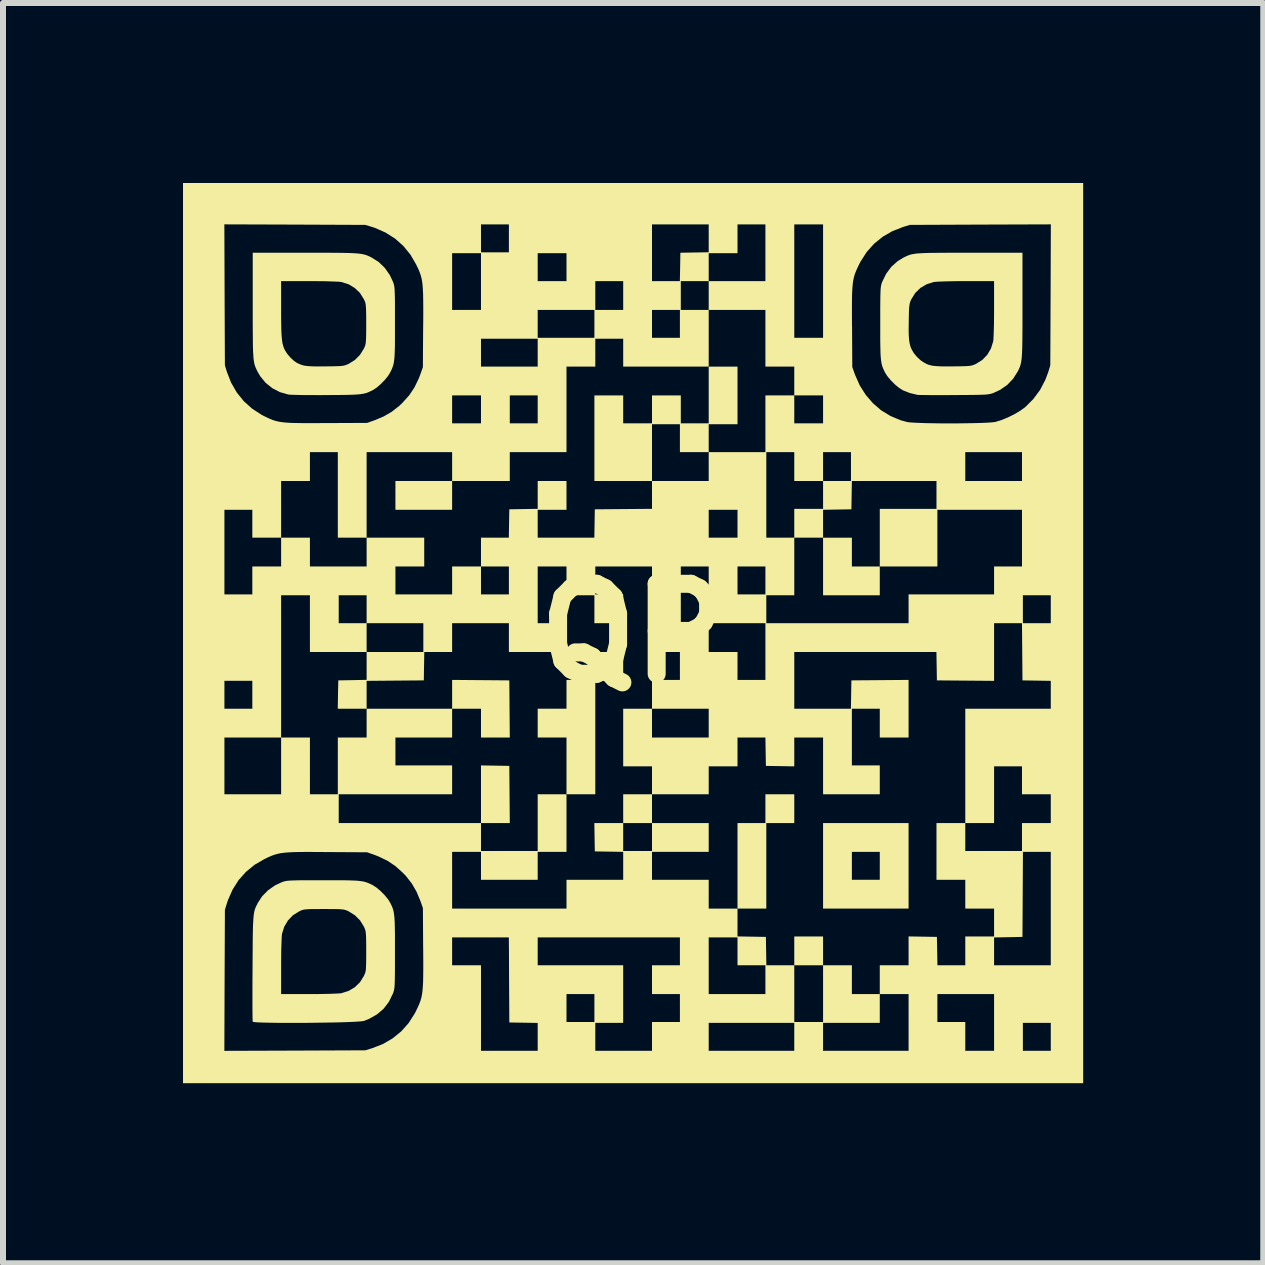
<source format=kicad_pcb>
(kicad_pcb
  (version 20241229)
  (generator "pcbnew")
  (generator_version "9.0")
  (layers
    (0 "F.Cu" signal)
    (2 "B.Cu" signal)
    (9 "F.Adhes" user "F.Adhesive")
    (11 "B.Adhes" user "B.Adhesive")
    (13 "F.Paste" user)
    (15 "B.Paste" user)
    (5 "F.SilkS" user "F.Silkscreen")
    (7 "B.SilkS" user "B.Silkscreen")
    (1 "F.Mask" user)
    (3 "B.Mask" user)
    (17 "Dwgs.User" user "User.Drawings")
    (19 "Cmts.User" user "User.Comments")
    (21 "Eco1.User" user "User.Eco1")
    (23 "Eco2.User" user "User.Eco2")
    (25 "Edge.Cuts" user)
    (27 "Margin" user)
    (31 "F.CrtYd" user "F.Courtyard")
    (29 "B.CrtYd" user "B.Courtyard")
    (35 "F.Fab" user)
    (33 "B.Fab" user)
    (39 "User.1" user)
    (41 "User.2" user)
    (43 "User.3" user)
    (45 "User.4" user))
  (footprint "QR"
    (layer "F.Cu")
    (at 7.501 7.501)
    (property "Reference" "QR" (at 0 0 0) (layer "F.SilkS") (effects (font (size 1.5 1.5) (thickness 0.3))))
    (attr board_only exclude_from_pos_files exclude_from_bom)
    (fp_poly (pts (xy -3.016 -2.295) (xy -3.016 -2.055) (xy -3.488 -2.055) (xy -3.961 -2.055) (xy -3.961 -2.295) (xy -3.961 -2.535) (xy -3.488 -2.535) (xy -3.016 -2.535)) (stroke (width 0) (type solid)) (fill yes) (layer "F.SilkS"))
    (fp_poly (pts (xy -2.299 2.209) (xy -2.063 2.213) (xy -2.059 2.689) (xy -2.055 3.166) (xy -2.295 3.166) (xy -2.535 3.166) (xy -2.535 2.685) (xy -2.535 2.205)) (stroke (width 0) (type solid)) (fill yes) (layer "F.SilkS"))
    (fp_poly (pts (xy 0.315 2.926) (xy 0.315 3.166) (xy 0.075 3.166) (xy -0.165 3.166) (xy -0.165 2.926) (xy -0.165 2.686) (xy 0.075 2.686) (xy 0.315 2.686)) (stroke (width 0) (type solid)) (fill yes) (layer "F.SilkS"))
    (fp_poly (pts (xy 3.166 5.296) (xy 3.166 5.536) (xy 2.926 5.536) (xy 2.686 5.536) (xy 2.686 5.296) (xy 2.686 5.056) (xy 2.926 5.056) (xy 3.166 5.056)) (stroke (width 0) (type solid)) (fill yes) (layer "F.SilkS"))
    (fp_poly (pts (xy -2.539 0.784) (xy -2.063 0.788) (xy -2.059 1.264) (xy -2.055 1.74) (xy -2.295 1.74) (xy -2.535 1.74) (xy -2.535 1.5) (xy -2.535 1.26) (xy -2.776 1.26) (xy -3.016 1.26) (xy -3.016 1.02) (xy -3.016 0.78)) (stroke (width 0) (type solid)) (fill yes) (layer "F.SilkS"))
    (fp_poly (pts (xy 3.646 -1.35) (xy 3.646 -1.11) (xy 3.878 -1.11) (xy 4.111 -1.11) (xy 4.111 -0.87) (xy 4.111 -0.63) (xy 3.638 -0.63) (xy 3.166 -0.63) (xy 3.166 -1.11) (xy 3.166 -1.59) (xy 3.406 -1.59) (xy 3.646 -1.59)) (stroke (width 0) (type solid)) (fill yes) (layer "F.SilkS"))
    (fp_poly (pts (xy 2.686 2.926) (xy 2.686 3.166) (xy 2.453 3.166) (xy 2.22 3.166) (xy 2.22 3.878) (xy 2.22 4.591) (xy 1.98 4.591) (xy 1.74 4.591) (xy 1.74 3.878) (xy 1.74 3.166) (xy 1.973 3.166) (xy 2.205 3.166) (xy 2.205 2.926) (xy 2.205 2.686) (xy 2.445 2.686) (xy 2.686 2.686)) (stroke (width 0) (type solid)) (fill yes) (layer "F.SilkS"))
    (fp_poly (pts (xy 4.591 3.878) (xy 4.591 4.591) (xy 3.878 4.591) (xy 3.166 4.591) (xy 3.166 3.878) (xy 3.646 3.878) (xy 3.646 4.111) (xy 3.878 4.111) (xy 4.111 4.111) (xy 4.111 3.878) (xy 4.111 3.646) (xy 3.878 3.646) (xy 3.646 3.646) (xy 3.646 3.878) (xy 3.166 3.878) (xy 3.166 3.166) (xy 3.878 3.166) (xy 4.591 3.166)) (stroke (width 0) (type solid)) (fill yes) (layer "F.SilkS"))
    (fp_poly (pts (xy -0.165 0.555) (xy -0.165 0.795) (xy -0.398 0.795) (xy -0.63 0.795) (xy -0.63 1.74) (xy -0.63 2.686) (xy -0.87 2.686) (xy -1.11 2.686) (xy -1.11 2.213) (xy -1.11 1.74) (xy -1.35 1.74) (xy -1.59 1.74) (xy -1.59 1.5) (xy -1.59 1.26) (xy -1.35 1.26) (xy -1.11 1.26) (xy -1.11 1.02) (xy -1.11 0.78) (xy -0.878 0.78) (xy -0.645 0.78) (xy -0.645 0.548) (xy -0.645 0.315) (xy -0.405 0.315) (xy -0.165 0.315)) (stroke (width 0) (type solid)) (fill yes) (layer "F.SilkS"))
    (fp_poly (pts (xy 1.74 -3.961) (xy 1.74 -3.481) (xy 1.5 -3.481) (xy 1.26 -3.481) (xy 1.26 -3.248) (xy 1.26 -3.016) (xy 1.02 -3.016) (xy 0.78 -3.016) (xy 0.78 -3.248) (xy 0.78 -3.481) (xy 0.548 -3.481) (xy 0.315 -3.481) (xy 0.315 -3.008) (xy 0.315 -2.535) (xy -0.165 -2.535) (xy -0.645 -2.535) (xy -0.645 -3.248) (xy -0.645 -3.961) (xy -0.405 -3.961) (xy -0.165 -3.961) (xy -0.165 -3.728) (xy -0.165 -3.496) (xy 0.075 -3.496) (xy 0.315 -3.496) (xy 0.315 -3.728) (xy 0.315 -3.961) (xy 0.555 -3.961) (xy 0.795 -3.961) (xy 0.795 -3.728) (xy 0.795 -3.496) (xy 1.028 -3.496) (xy 1.26 -3.496) (xy 1.26 -3.968) (xy 1.26 -4.441) (xy 1.5 -4.441) (xy 1.74 -4.441)) (stroke (width 0) (type solid)) (fill yes) (layer "F.SilkS"))
    (fp_poly (pts (xy 6.489 -5.461) (xy 6.489 -5.27) (xy 6.489 -5.106) (xy 6.488 -4.967) (xy 6.487 -4.85) (xy 6.485 -4.753) (xy 6.482 -4.674) (xy 6.478 -4.609) (xy 6.473 -4.556) (xy 6.466 -4.512) (xy 6.458 -4.476) (xy 6.448 -4.444) (xy 6.436 -4.414) (xy 6.422 -4.383) (xy 6.409 -4.358) (xy 6.334 -4.24) (xy 6.236 -4.137) (xy 6.117 -4.054) (xy 6.005 -4.002) (xy 5.981 -3.994) (xy 5.958 -3.987) (xy 5.93 -3.982) (xy 5.896 -3.977) (xy 5.851 -3.974) (xy 5.794 -3.972) (xy 5.719 -3.97) (xy 5.624 -3.969) (xy 5.507 -3.968) (xy 5.363 -3.967) (xy 5.349 -3.967) (xy 5.219 -3.966) (xy 5.098 -3.966) (xy 4.989 -3.966) (xy 4.895 -3.967) (xy 4.821 -3.968) (xy 4.768 -3.969) (xy 4.742 -3.97) (xy 4.741 -3.97) (xy 4.612 -4.001) (xy 4.496 -4.046) (xy 4.494 -4.048) (xy 4.429 -4.089) (xy 4.359 -4.148) (xy 4.291 -4.217) (xy 4.233 -4.287) (xy 4.198 -4.344) (xy 4.179 -4.383) (xy 4.163 -4.419) (xy 4.15 -4.456) (xy 4.14 -4.496) (xy 4.133 -4.543) (xy 4.127 -4.6) (xy 4.123 -4.671) (xy 4.121 -4.758) (xy 4.119 -4.865) (xy 4.119 -4.995) (xy 4.119 -5.063) (xy 4.592 -5.063) (xy 4.594 -4.964) (xy 4.6 -4.885) (xy 4.61 -4.821) (xy 4.625 -4.767) (xy 4.647 -4.719) (xy 4.676 -4.671) (xy 4.685 -4.657) (xy 4.729 -4.605) (xy 4.782 -4.555) (xy 4.807 -4.535) (xy 4.853 -4.506) (xy 4.896 -4.483) (xy 4.941 -4.467) (xy 4.994 -4.455) (xy 5.059 -4.449) (xy 5.142 -4.445) (xy 5.246 -4.445) (xy 5.326 -4.445) (xy 5.43 -4.446) (xy 5.509 -4.448) (xy 5.568 -4.45) (xy 5.612 -4.454) (xy 5.645 -4.46) (xy 5.673 -4.469) (xy 5.7 -4.48) (xy 5.716 -4.488) (xy 5.819 -4.552) (xy 5.903 -4.639) (xy 5.964 -4.743) (xy 6.001 -4.861) (xy 6.001 -4.861) (xy 6.005 -4.896) (xy 6.008 -4.956) (xy 6.011 -5.038) (xy 6.014 -5.136) (xy 6.015 -5.246) (xy 6.016 -5.363) (xy 6.016 -5.403) (xy 6.016 -5.866) (xy 5.553 -5.866) (xy 5.434 -5.866) (xy 5.321 -5.864) (xy 5.218 -5.862) (xy 5.131 -5.859) (xy 5.063 -5.856) (xy 5.019 -5.852) (xy 5.011 -5.851) (xy 4.893 -5.814) (xy 4.789 -5.753) (xy 4.702 -5.669) (xy 4.638 -5.566) (xy 4.638 -5.566) (xy 4.624 -5.536) (xy 4.614 -5.508) (xy 4.607 -5.477) (xy 4.602 -5.438) (xy 4.598 -5.386) (xy 4.596 -5.315) (xy 4.594 -5.22) (xy 4.594 -5.187) (xy 4.592 -5.063) (xy 4.119 -5.063) (xy 4.119 -5.152) (xy 4.119 -5.169) (xy 4.119 -5.319) (xy 4.119 -5.443) (xy 4.12 -5.542) (xy 4.121 -5.622) (xy 4.123 -5.684) (xy 4.125 -5.731) (xy 4.129 -5.768) (xy 4.134 -5.797) (xy 4.14 -5.82) (xy 4.147 -5.843) (xy 4.152 -5.855) (xy 4.217 -5.988) (xy 4.303 -6.104) (xy 4.409 -6.199) (xy 4.508 -6.259) (xy 4.541 -6.275) (xy 4.572 -6.289) (xy 4.602 -6.301) (xy 4.635 -6.311) (xy 4.673 -6.318) (xy 4.718 -6.325) (xy 4.774 -6.329) (xy 4.843 -6.333) (xy 4.927 -6.336) (xy 5.029 -6.337) (xy 5.151 -6.338) (xy 5.296 -6.339) (xy 5.467 -6.339) (xy 5.611 -6.339) (xy 6.489 -6.339)) (stroke (width 0) (type solid)) (fill yes) (layer "F.SilkS"))
    (fp_poly (pts (xy -5.27 -6.339) (xy -5.106 -6.339) (xy -4.967 -6.338) (xy -4.85 -6.337) (xy -4.753 -6.335) (xy -4.674 -6.332) (xy -4.609 -6.328) (xy -4.556 -6.323) (xy -4.512 -6.316) (xy -4.476 -6.308) (xy -4.444 -6.298) (xy -4.414 -6.286) (xy -4.383 -6.272) (xy -4.358 -6.259) (xy -4.239 -6.184) (xy -4.137 -6.085) (xy -4.054 -5.966) (xy -4.002 -5.855) (xy -3.993 -5.832) (xy -3.987 -5.81) (xy -3.981 -5.784) (xy -3.977 -5.752) (xy -3.974 -5.711) (xy -3.972 -5.657) (xy -3.97 -5.587) (xy -3.969 -5.499) (xy -3.969 -5.388) (xy -3.969 -5.252) (xy -3.969 -5.169) (xy -3.969 -5.009) (xy -3.969 -4.876) (xy -3.97 -4.767) (xy -3.973 -4.678) (xy -3.976 -4.606) (xy -3.982 -4.548) (xy -3.989 -4.5) (xy -3.999 -4.46) (xy -4.012 -4.423) (xy -4.027 -4.387) (xy -4.046 -4.348) (xy -4.048 -4.344) (xy -4.086 -4.283) (xy -4.141 -4.216) (xy -4.206 -4.15) (xy -4.272 -4.093) (xy -4.331 -4.053) (xy -4.334 -4.052) (xy -4.374 -4.032) (xy -4.41 -4.015) (xy -4.445 -4.002) (xy -4.483 -3.992) (xy -4.528 -3.984) (xy -4.582 -3.978) (xy -4.649 -3.974) (xy -4.733 -3.971) (xy -4.837 -3.969) (xy -4.964 -3.968) (xy -5.109 -3.967) (xy -5.239 -3.966) (xy -5.363 -3.967) (xy -5.476 -3.967) (xy -5.575 -3.969) (xy -5.655 -3.971) (xy -5.713 -3.973) (xy -5.745 -3.976) (xy -5.746 -3.976) (xy -5.886 -4.016) (xy -6.013 -4.082) (xy -6.123 -4.17) (xy -6.213 -4.279) (xy -6.259 -4.358) (xy -6.275 -4.391) (xy -6.289 -4.422) (xy -6.301 -4.452) (xy -6.311 -4.485) (xy -6.318 -4.523) (xy -6.325 -4.568) (xy -6.329 -4.624) (xy -6.333 -4.693) (xy -6.336 -4.777) (xy -6.337 -4.879) (xy -6.338 -5.001) (xy -6.339 -5.146) (xy -6.339 -5.317) (xy -6.339 -5.403) (xy -5.866 -5.403) (xy -5.866 -5.253) (xy -5.864 -5.129) (xy -5.862 -5.028) (xy -5.857 -4.947) (xy -5.851 -4.882) (xy -5.843 -4.829) (xy -5.831 -4.785) (xy -5.817 -4.746) (xy -5.804 -4.717) (xy -5.765 -4.655) (xy -5.712 -4.593) (xy -5.653 -4.538) (xy -5.604 -4.504) (xy -5.561 -4.484) (xy -5.52 -4.468) (xy -5.476 -4.457) (xy -5.422 -4.45) (xy -5.355 -4.446) (xy -5.269 -4.444) (xy -5.159 -4.445) (xy -5.131 -4.445) (xy -5.027 -4.446) (xy -4.948 -4.448) (xy -4.889 -4.45) (xy -4.845 -4.454) (xy -4.812 -4.46) (xy -4.784 -4.469) (xy -4.756 -4.48) (xy -4.739 -4.488) (xy -4.636 -4.552) (xy -4.551 -4.638) (xy -4.488 -4.739) (xy -4.475 -4.767) (xy -4.465 -4.793) (xy -4.458 -4.821) (xy -4.454 -4.855) (xy -4.451 -4.901) (xy -4.449 -4.963) (xy -4.448 -5.046) (xy -4.448 -5.153) (xy -4.448 -5.154) (xy -4.448 -5.261) (xy -4.449 -5.344) (xy -4.451 -5.406) (xy -4.454 -5.452) (xy -4.458 -5.486) (xy -4.465 -5.514) (xy -4.475 -5.539) (xy -4.488 -5.566) (xy -4.552 -5.669) (xy -4.639 -5.752) (xy -4.743 -5.814) (xy -4.861 -5.851) (xy -4.861 -5.851) (xy -4.896 -5.855) (xy -4.956 -5.858) (xy -5.038 -5.861) (xy -5.136 -5.864) (xy -5.246 -5.865) (xy -5.363 -5.866) (xy -5.403 -5.866) (xy -5.866 -5.866) (xy -5.866 -5.403) (xy -6.339 -5.403) (xy -6.339 -5.461) (xy -6.339 -6.339) (xy -5.461 -6.339)) (stroke (width 0) (type solid)) (fill yes) (layer "F.SilkS"))
    (fp_poly (pts (xy -5.009 4.119) (xy -4.876 4.119) (xy -4.767 4.12) (xy -4.678 4.123) (xy -4.606 4.126) (xy -4.548 4.132) (xy -4.5 4.139) (xy -4.46 4.149) (xy -4.423 4.162) (xy -4.387 4.177) (xy -4.348 4.196) (xy -4.344 4.198) (xy -4.279 4.239) (xy -4.209 4.298) (xy -4.141 4.367) (xy -4.083 4.437) (xy -4.048 4.494) (xy -4.029 4.533) (xy -4.013 4.569) (xy -4 4.606) (xy -3.99 4.646) (xy -3.983 4.693) (xy -3.977 4.75) (xy -3.973 4.821) (xy -3.971 4.908) (xy -3.969 5.015) (xy -3.969 5.145) (xy -3.969 5.302) (xy -3.969 5.319) (xy -3.969 5.469) (xy -3.969 5.593) (xy -3.97 5.692) (xy -3.971 5.772) (xy -3.973 5.834) (xy -3.975 5.881) (xy -3.979 5.918) (xy -3.984 5.947) (xy -3.99 5.97) (xy -3.997 5.993) (xy -4.002 6.005) (xy -4.068 6.142) (xy -4.156 6.258) (xy -4.266 6.353) (xy -4.398 6.428) (xy -4.484 6.463) (xy -4.514 6.468) (xy -4.569 6.473) (xy -4.647 6.478) (xy -4.743 6.482) (xy -4.856 6.486) (xy -4.981 6.489) (xy -5.116 6.491) (xy -5.257 6.493) (xy -5.402 6.495) (xy -5.546 6.496) (xy -5.688 6.496) (xy -5.824 6.496) (xy -5.95 6.495) (xy -6.064 6.493) (xy -6.163 6.491) (xy -6.243 6.488) (xy -6.3 6.484) (xy -6.333 6.479) (xy -6.34 6.476) (xy -6.341 6.458) (xy -6.342 6.412) (xy -6.343 6.341) (xy -6.344 6.249) (xy -6.344 6.138) (xy -6.344 6.01) (xy -6.344 5.868) (xy -6.343 5.716) (xy -6.342 5.579) (xy -6.342 5.553) (xy -5.866 5.553) (xy -5.866 6.016) (xy -5.403 6.016) (xy -5.284 6.016) (xy -5.171 6.014) (xy -5.068 6.012) (xy -4.981 6.009) (xy -4.913 6.006) (xy -4.869 6.002) (xy -4.861 6.001) (xy -4.743 5.964) (xy -4.639 5.903) (xy -4.552 5.819) (xy -4.488 5.716) (xy -4.488 5.716) (xy -4.475 5.688) (xy -4.465 5.663) (xy -4.458 5.635) (xy -4.453 5.601) (xy -4.451 5.554) (xy -4.449 5.492) (xy -4.448 5.409) (xy -4.448 5.304) (xy -4.448 5.196) (xy -4.449 5.113) (xy -4.451 5.051) (xy -4.454 5.005) (xy -4.458 4.971) (xy -4.465 4.943) (xy -4.475 4.917) (xy -4.488 4.889) (xy -4.488 4.889) (xy -4.552 4.786) (xy -4.638 4.701) (xy -4.739 4.638) (xy -4.767 4.625) (xy -4.793 4.615) (xy -4.821 4.608) (xy -4.855 4.604) (xy -4.901 4.601) (xy -4.963 4.599) (xy -5.046 4.599) (xy -5.153 4.598) (xy -5.154 4.598) (xy -5.261 4.599) (xy -5.344 4.599) (xy -5.406 4.601) (xy -5.452 4.604) (xy -5.486 4.608) (xy -5.514 4.615) (xy -5.539 4.625) (xy -5.566 4.638) (xy -5.669 4.702) (xy -5.752 4.789) (xy -5.814 4.893) (xy -5.851 5.011) (xy -5.851 5.011) (xy -5.855 5.046) (xy -5.858 5.106) (xy -5.861 5.188) (xy -5.864 5.286) (xy -5.865 5.396) (xy -5.866 5.513) (xy -5.866 5.553) (xy -6.342 5.553) (xy -6.341 5.39) (xy -6.34 5.229) (xy -6.339 5.093) (xy -6.337 4.979) (xy -6.335 4.884) (xy -6.331 4.807) (xy -6.327 4.744) (xy -6.322 4.693) (xy -6.315 4.652) (xy -6.307 4.617) (xy -6.297 4.587) (xy -6.285 4.558) (xy -6.27 4.529) (xy -6.256 4.499) (xy -6.182 4.386) (xy -6.084 4.286) (xy -5.967 4.204) (xy -5.855 4.152) (xy -5.832 4.143) (xy -5.81 4.137) (xy -5.784 4.131) (xy -5.752 4.127) (xy -5.711 4.124) (xy -5.657 4.122) (xy -5.587 4.12) (xy -5.499 4.119) (xy -5.388 4.119) (xy -5.252 4.119) (xy -5.169 4.119)) (stroke (width 0) (type solid)) (fill yes) (layer "F.SilkS"))
    (fp_poly (pts (xy 7.501 0) (xy 7.501 7.501) (xy 0 7.501) (xy -7.501 7.501) (xy -7.501 6.962) (xy -6.812 6.962) (xy -5.638 6.958) (xy -4.463 6.953) (xy -4.351 6.919) (xy -4.171 6.849) (xy -4.009 6.755) (xy -3.865 6.638) (xy -3.742 6.5) (xy -3.64 6.341) (xy -3.616 6.294) (xy -3.589 6.237) (xy -3.566 6.186) (xy -3.547 6.137) (xy -3.532 6.088) (xy -3.52 6.035) (xy -3.511 5.974) (xy -3.505 5.903) (xy -3.5 5.819) (xy -3.498 5.718) (xy -3.497 5.597) (xy -3.497 5.453) (xy -3.498 5.304) (xy -3.016 5.304) (xy -3.016 5.536) (xy -2.776 5.536) (xy -2.535 5.536) (xy -2.535 6.249) (xy -2.535 6.961) (xy -2.063 6.961) (xy -1.59 6.961) (xy -1.59 6.729) (xy -1.59 6.497) (xy -1.827 6.493) (xy -2.063 6.489) (xy -2.064 6.249) (xy -1.11 6.249) (xy -1.11 6.481) (xy -0.878 6.481) (xy -0.645 6.481) (xy -0.645 6.249) (xy -0.645 6.016) (xy -0.878 6.016) (xy -1.11 6.016) (xy -1.11 6.249) (xy -2.064 6.249) (xy -2.067 5.78) (xy -2.069 5.304) (xy -1.59 5.304) (xy -1.59 5.536) (xy -0.878 5.536) (xy -0.165 5.536) (xy -0.165 6.016) (xy -0.165 6.496) (xy -0.398 6.496) (xy -0.63 6.496) (xy -0.63 6.729) (xy -0.63 6.961) (xy -0.158 6.961) (xy 0.315 6.961) (xy 0.315 6.729) (xy 1.26 6.729) (xy 1.26 6.961) (xy 1.973 6.961) (xy 2.686 6.961) (xy 2.686 6.729) (xy 2.686 6.496) (xy 3.166 6.496) (xy 3.166 6.729) (xy 3.166 6.961) (xy 3.878 6.961) (xy 4.591 6.961) (xy 4.591 6.489) (xy 4.591 6.249) (xy 5.071 6.249) (xy 5.071 6.481) (xy 5.304 6.481) (xy 5.536 6.481) (xy 5.536 6.721) (xy 5.536 6.961) (xy 5.776 6.961) (xy 6.016 6.961) (xy 6.016 6.729) (xy 6.496 6.729) (xy 6.496 6.961) (xy 6.729 6.961) (xy 6.961 6.961) (xy 6.961 6.729) (xy 6.961 6.496) (xy 6.729 6.496) (xy 6.496 6.496) (xy 6.496 6.729) (xy 6.016 6.729) (xy 6.016 6.489) (xy 6.016 6.016) (xy 5.544 6.016) (xy 5.071 6.016) (xy 5.071 6.249) (xy 4.591 6.249) (xy 4.591 6.016) (xy 4.351 6.016) (xy 4.111 6.016) (xy 4.111 6.256) (xy 4.111 6.496) (xy 3.638 6.496) (xy 3.166 6.496) (xy 2.686 6.496) (xy 1.973 6.496) (xy 1.26 6.496) (xy 1.26 6.729) (xy 0.315 6.729) (xy 0.315 6.721) (xy 0.315 6.481) (xy 0.548 6.481) (xy 0.78 6.481) (xy 0.78 6.249) (xy 0.78 6.016) (xy 0.548 6.016) (xy 0.315 6.016) (xy 0.315 5.776) (xy 0.315 5.544) (xy 1.26 5.544) (xy 1.26 6.016) (xy 1.733 6.016) (xy 2.205 6.016) (xy 2.205 5.776) (xy 2.205 5.536) (xy 1.973 5.536) (xy 1.74 5.536) (xy 1.74 5.304) (xy 1.74 5.071) (xy 1.5 5.071) (xy 1.26 5.071) (xy 1.26 5.544) (xy 0.315 5.544) (xy 0.315 5.536) (xy 0.548 5.536) (xy 0.78 5.536) (xy 0.78 5.304) (xy 0.78 5.071) (xy -0.405 5.071) (xy -1.59 5.071) (xy -1.59 5.304) (xy -2.069 5.304) (xy -2.071 5.071) (xy -2.543 5.071) (xy -3.016 5.071) (xy -3.016 5.304) (xy -3.498 5.304) (xy -3.498 5.282) (xy -3.499 5.25) (xy -3.503 4.583) (xy -3.545 4.463) (xy -3.61 4.308) (xy -3.688 4.173) (xy -3.787 4.047) (xy -3.841 3.991) (xy -3.964 3.881) (xy -4.094 3.794) (xy -4.239 3.724) (xy -4.313 3.695) (xy -4.433 3.653) (xy -5.1 3.649) (xy -5.275 3.648) (xy -5.424 3.647) (xy -5.548 3.648) (xy -5.653 3.65) (xy -5.74 3.654) (xy -5.813 3.66) (xy -5.875 3.668) (xy -5.929 3.68) (xy -5.979 3.694) (xy -6.027 3.712) (xy -6.078 3.734) (xy -6.133 3.761) (xy -6.144 3.766) (xy -6.308 3.861) (xy -6.452 3.979) (xy -6.575 4.117) (xy -6.675 4.275) (xy -6.752 4.45) (xy -6.769 4.501) (xy -6.803 4.613) (xy -6.808 5.788) (xy -6.812 6.962) (xy -7.501 6.962) (xy -7.501 1.74) (xy -6.811 1.74) (xy -6.811 2.213) (xy -6.811 2.686) (xy -6.339 2.686) (xy -5.866 2.686) (xy -5.866 2.213) (xy -5.866 1.74) (xy -5.626 1.74) (xy -5.386 1.74) (xy -5.386 2.213) (xy -5.386 2.686) (xy -5.154 2.686) (xy -4.921 2.686) (xy -4.921 2.213) (xy -4.921 1.74) (xy -4.681 1.74) (xy -4.441 1.74) (xy -4.441 1.5) (xy -4.441 1.26) (xy -3.728 1.26) (xy -3.016 1.26) (xy -3.016 1.5) (xy -3.016 1.74) (xy -3.488 1.74) (xy -3.961 1.74) (xy -3.961 1.973) (xy -3.961 2.205) (xy -3.488 2.205) (xy -3.016 2.205) (xy -3.016 2.445) (xy -3.016 2.686) (xy -3.961 2.686) (xy -4.906 2.686) (xy -4.906 2.926) (xy -4.906 3.166) (xy -3.721 3.166) (xy -2.535 3.166) (xy -2.535 3.398) (xy -2.535 3.631) (xy -2.063 3.631) (xy -1.59 3.631) (xy -1.59 3.158) (xy -1.59 2.686) (xy -1.35 2.686) (xy -1.11 2.686) (xy -1.11 3.166) (xy -1.11 3.646) (xy -1.35 3.646) (xy -1.59 3.646) (xy -1.59 3.878) (xy -1.59 4.111) (xy -2.063 4.111) (xy -2.535 4.111) (xy -2.535 3.878) (xy -2.535 3.646) (xy -2.776 3.646) (xy -3.016 3.646) (xy -3.016 4.118) (xy -3.016 4.591) (xy -2.063 4.591) (xy -1.11 4.591) (xy -1.11 4.351) (xy -1.11 4.111) (xy -0.638 4.111) (xy -0.165 4.111) (xy -0.165 3.879) (xy -0.165 3.646) (xy -0.401 3.642) (xy -0.638 3.638) (xy -0.642 3.402) (xy -0.646 3.166) (xy -0.405 3.166) (xy -0.165 3.166) (xy -0.165 3.398) (xy -0.165 3.631) (xy 0.075 3.631) (xy 0.315 3.631) (xy 0.315 3.398) (xy 0.315 3.166) (xy 0.788 3.166) (xy 1.26 3.166) (xy 1.26 3.406) (xy 1.26 3.646) (xy 0.788 3.646) (xy 0.315 3.646) (xy 0.315 3.878) (xy 0.315 4.111) (xy 0.788 4.111) (xy 1.26 4.111) (xy 1.26 4.351) (xy 1.26 4.591) (xy 1.5 4.591) (xy 1.74 4.591) (xy 1.74 4.823) (xy 1.74 5.055) (xy 1.977 5.059) (xy 2.213 5.063) (xy 2.217 5.3) (xy 2.221 5.536) (xy 2.453 5.536) (xy 2.686 5.536) (xy 2.686 6.009) (xy 2.686 6.481) (xy 2.926 6.481) (xy 3.166 6.481) (xy 3.166 6.009) (xy 3.166 5.536) (xy 3.406 5.536) (xy 3.646 5.536) (xy 3.646 5.776) (xy 3.646 6.016) (xy 3.878 6.016) (xy 4.111 6.016) (xy 4.111 5.776) (xy 4.111 5.536) (xy 4.351 5.536) (xy 4.591 5.536) (xy 4.591 5.296) (xy 4.591 5.055) (xy 4.827 5.059) (xy 5.063 5.063) (xy 5.068 5.3) (xy 5.072 5.536) (xy 5.304 5.536) (xy 5.536 5.536) (xy 5.536 5.296) (xy 5.536 5.072) (xy 6.016 5.072) (xy 6.016 5.304) (xy 6.016 5.536) (xy 6.489 5.536) (xy 6.961 5.536) (xy 6.961 4.591) (xy 6.961 3.646) (xy 6.729 3.646) (xy 6.497 3.646) (xy 6.493 4.355) (xy 6.489 5.063) (xy 6.252 5.068) (xy 6.016 5.072) (xy 5.536 5.072) (xy 5.536 5.056) (xy 5.776 5.056) (xy 6.016 5.056) (xy 6.016 4.823) (xy 6.016 4.591) (xy 5.776 4.591) (xy 5.536 4.591) (xy 5.536 4.351) (xy 5.536 4.111) (xy 5.296 4.111) (xy 5.056 4.111) (xy 5.056 3.638) (xy 5.056 3.166) (xy 5.296 3.166) (xy 5.536 3.166) (xy 5.536 3.398) (xy 5.536 3.631) (xy 6.009 3.631) (xy 6.481 3.631) (xy 6.481 3.398) (xy 6.481 3.166) (xy 6.721 3.166) (xy 6.961 3.166) (xy 6.961 2.926) (xy 6.961 2.686) (xy 6.721 2.686) (xy 6.481 2.686) (xy 6.481 2.453) (xy 6.481 2.22) (xy 6.249 2.22) (xy 6.016 2.22) (xy 6.016 2.693) (xy 6.016 3.166) (xy 5.776 3.166) (xy 5.536 3.166) (xy 5.536 2.213) (xy 5.536 1.26) (xy 6.249 1.26) (xy 6.961 1.26) (xy 6.961 1.028) (xy 6.961 0.796) (xy 6.725 0.792) (xy 6.489 0.788) (xy 6.485 0.311) (xy 6.481 -0.165) (xy 6.249 -0.165) (xy 6.016 -0.165) (xy 6.016 0.315) (xy 6.016 0.796) (xy 5.54 0.792) (xy 5.063 0.788) (xy 5.059 0.551) (xy 5.055 0.315) (xy 3.87 0.315) (xy 2.686 0.315) (xy 2.686 0.788) (xy 2.686 1.26) (xy 3.158 1.26) (xy 3.63 1.26) (xy 3.634 1.024) (xy 3.638 0.788) (xy 4.115 0.784) (xy 4.591 0.78) (xy 4.591 1.26) (xy 4.591 1.74) (xy 4.351 1.74) (xy 4.111 1.74) (xy 4.111 1.5) (xy 4.111 1.26) (xy 3.878 1.26) (xy 3.646 1.26) (xy 3.646 1.733) (xy 3.646 2.205) (xy 3.878 2.205) (xy 4.111 2.205) (xy 4.111 2.445) (xy 4.111 2.686) (xy 3.638 2.686) (xy 3.166 2.686) (xy 3.166 2.213) (xy 3.166 1.74) (xy 2.926 1.74) (xy 2.686 1.74) (xy 2.686 1.981) (xy 2.686 2.221) (xy 2.449 2.217) (xy 2.213 2.213) (xy 2.209 1.977) (xy 2.205 1.74) (xy 1.973 1.74) (xy 1.74 1.74) (xy 1.74 1.98) (xy 1.74 2.22) (xy 1.5 2.22) (xy 1.26 2.22) (xy 1.26 2.453) (xy 1.26 2.686) (xy 0.788 2.686) (xy 0.315 2.686) (xy 0.315 2.453) (xy 0.315 2.22) (xy 0.075 2.22) (xy -0.165 2.22) (xy -0.165 1.74) (xy -0.165 1.5) (xy 0.315 1.5) (xy 0.315 1.74) (xy 0.788 1.74) (xy 1.26 1.74) (xy 1.26 1.5) (xy 1.26 1.26) (xy 0.788 1.26) (xy 0.315 1.26) (xy 0.315 1.5) (xy -0.165 1.5) (xy -0.165 1.26) (xy 0.075 1.26) (xy 0.315 1.26) (xy 0.315 1.02) (xy 0.315 0.78) (xy 0.548 0.78) (xy 0.78 0.78) (xy 0.78 0.548) (xy 0.78 0.315) (xy 0.548 0.315) (xy 0.315 0.315) (xy 0.315 0.075) (xy 1.26 0.075) (xy 1.26 0.315) (xy 1.5 0.315) (xy 1.74 0.315) (xy 1.74 0.548) (xy 1.74 0.78) (xy 1.973 0.78) (xy 2.205 0.78) (xy 2.205 0.308) (xy 2.205 -0.165) (xy 1.733 -0.165) (xy 1.26 -0.165) (xy 1.26 0.075) (xy 0.315 0.075) (xy 0.315 -0.398) (xy 0.315 -0.638) (xy 0.795 -0.638) (xy 0.795 -0.165) (xy 1.028 -0.165) (xy 1.26 -0.165) (xy 1.26 -0.638) (xy 1.26 -0.878) (xy 1.74 -0.878) (xy 1.74 -0.645) (xy 1.973 -0.645) (xy 2.205 -0.645) (xy 2.205 -0.878) (xy 2.205 -1.11) (xy 1.973 -1.11) (xy 1.74 -1.11) (xy 1.74 -0.878) (xy 1.26 -0.878) (xy 1.26 -1.11) (xy 1.028 -1.11) (xy 0.795 -1.11) (xy 0.795 -0.638) (xy 0.315 -0.638) (xy 0.315 -1.11) (xy -0.158 -1.11) (xy -0.63 -1.11) (xy -0.63 -0.878) (xy -0.63 -0.645) (xy -0.398 -0.645) (xy -0.165 -0.645) (xy -0.165 -0.405) (xy -0.165 -0.165) (xy -0.405 -0.165) (xy -0.645 -0.165) (xy -0.645 -0.398) (xy -0.645 -0.63) (xy -0.878 -0.63) (xy -1.11 -0.63) (xy -1.11 -0.87) (xy -1.11 -1.11) (xy -1.35 -1.11) (xy -1.59 -1.11) (xy -1.59 -0.638) (xy -1.59 -0.165) (xy -1.35 -0.165) (xy -1.11 -0.165) (xy -1.11 0.075) (xy -1.11 0.315) (xy -1.59 0.315) (xy -2.07 0.315) (xy -2.07 0.075) (xy -2.07 -0.165) (xy -2.543 -0.165) (xy -3.016 -0.165) (xy -3.016 0.075) (xy -3.016 0.315) (xy -3.248 0.315) (xy -3.48 0.315) (xy -3.484 0.551) (xy -3.488 0.788) (xy -3.965 0.792) (xy -4.441 0.796) (xy -4.441 1.028) (xy -4.441 1.26) (xy -4.681 1.26) (xy -4.922 1.26) (xy -4.918 1.024) (xy -4.913 0.788) (xy -4.677 0.784) (xy -4.441 0.779) (xy -4.441 0.547) (xy -4.441 0.315) (xy -3.968 0.315) (xy -3.496 0.315) (xy -3.496 0.075) (xy -3.496 -0.165) (xy -3.968 -0.165) (xy -4.441 -0.165) (xy -4.441 0.075) (xy -4.441 0.315) (xy -4.913 0.315) (xy -5.386 0.315) (xy -5.386 -0.158) (xy -5.386 -0.398) (xy -4.906 -0.398) (xy -4.906 -0.165) (xy -4.673 -0.165) (xy -4.441 -0.165) (xy -4.441 -0.398) (xy -4.441 -0.63) (xy -4.673 -0.63) (xy -4.906 -0.63) (xy -4.906 -0.398) (xy -5.386 -0.398) (xy -5.386 -0.63) (xy -5.626 -0.63) (xy -5.866 -0.63) (xy -5.866 0.555) (xy -5.866 1.74) (xy -6.339 1.74) (xy -6.811 1.74) (xy -7.501 1.74) (xy -7.501 1.028) (xy -6.811 1.028) (xy -6.811 1.26) (xy -6.579 1.26) (xy -6.346 1.26) (xy -6.346 1.028) (xy -6.346 0.795) (xy -6.579 0.795) (xy -6.811 0.795) (xy -6.811 1.028) (xy -7.501 1.028) (xy -7.501 0) (xy -7.501 -2.055) (xy -6.811 -2.055) (xy -6.811 -1.35) (xy -6.811 -0.645) (xy -6.579 -0.645) (xy -6.346 -0.645) (xy -6.346 -0.878) (xy -6.346 -1.11) (xy -6.106 -1.11) (xy -5.866 -1.11) (xy -5.866 -1.35) (xy -5.866 -1.59) (xy -5.626 -1.59) (xy -5.386 -1.59) (xy -5.386 -1.35) (xy -5.386 -1.11) (xy -4.913 -1.11) (xy -4.441 -1.11) (xy -4.441 -1.35) (xy -4.441 -1.59) (xy -3.961 -1.59) (xy -3.481 -1.59) (xy -3.481 -1.35) (xy -3.481 -1.11) (xy -3.721 -1.11) (xy -3.961 -1.11) (xy -3.961 -0.878) (xy -3.961 -0.645) (xy -3.488 -0.645) (xy -3.016 -0.645) (xy -3.016 -0.878) (xy -2.535 -0.878) (xy -2.535 -0.645) (xy -2.303 -0.645) (xy -2.07 -0.645) (xy -2.07 -0.878) (xy -2.07 -1.11) (xy -2.303 -1.11) (xy -2.535 -1.11) (xy -2.535 -0.878) (xy -3.016 -0.878) (xy -3.016 -1.11) (xy -2.776 -1.11) (xy -2.535 -1.11) (xy -2.535 -1.35) (xy -2.535 -1.59) (xy -2.303 -1.59) (xy -2.071 -1.59) (xy -2.067 -1.827) (xy -2.063 -2.063) (xy -1.827 -2.067) (xy -1.59 -2.071) (xy -1.59 -2.303) (xy -1.59 -2.535) (xy -1.35 -2.535) (xy -1.11 -2.535) (xy -1.11 -2.295) (xy -1.11 -2.055) (xy -1.35 -2.055) (xy -1.59 -2.055) (xy -1.59 -1.823) (xy -1.59 -1.59) (xy -1.118 -1.59) (xy -0.646 -1.59) (xy -0.642 -1.823) (xy 1.26 -1.823) (xy 1.26 -1.59) (xy 1.5 -1.59) (xy 1.74 -1.59) (xy 1.74 -1.823) (xy 1.74 -2.055) (xy 1.5 -2.055) (xy 1.26 -2.055) (xy 1.26 -1.823) (xy -0.642 -1.823) (xy -0.642 -1.827) (xy -0.638 -2.063) (xy -0.161 -2.067) (xy 0.315 -2.071) (xy 0.315 -2.303) (xy 2.22 -2.303) (xy 2.22 -1.59) (xy 2.453 -1.59) (xy 2.686 -1.59) (xy 2.686 -1.11) (xy 2.686 -0.63) (xy 2.453 -0.63) (xy 2.22 -0.63) (xy 2.22 -0.398) (xy 2.22 -0.165) (xy 3.406 -0.165) (xy 4.591 -0.165) (xy 4.591 -0.398) (xy 6.496 -0.398) (xy 6.496 -0.165) (xy 6.729 -0.165) (xy 6.961 -0.165) (xy 6.961 -0.398) (xy 6.961 -0.63) (xy 6.729 -0.63) (xy 6.496 -0.63) (xy 6.496 -0.398) (xy 4.591 -0.398) (xy 4.591 -0.405) (xy 4.591 -0.645) (xy 5.304 -0.645) (xy 6.016 -0.645) (xy 6.016 -0.878) (xy 6.016 -1.11) (xy 6.249 -1.11) (xy 6.481 -1.11) (xy 6.481 -1.583) (xy 6.481 -2.055) (xy 5.776 -2.055) (xy 5.071 -2.055) (xy 5.071 -1.583) (xy 5.071 -1.11) (xy 4.591 -1.11) (xy 4.111 -1.11) (xy 4.111 -1.59) (xy 4.111 -2.07) (xy 4.583 -2.07) (xy 5.056 -2.07) (xy 5.056 -2.303) (xy 5.056 -2.535) (xy 4.351 -2.535) (xy 3.646 -2.535) (xy 3.642 -2.299) (xy 3.638 -2.063) (xy 3.402 -2.059) (xy 3.166 -2.055) (xy 3.166 -1.822) (xy 3.166 -1.59) (xy 2.926 -1.59) (xy 2.686 -1.59) (xy 2.686 -1.83) (xy 2.686 -2.07) (xy 2.926 -2.07) (xy 3.166 -2.07) (xy 3.166 -2.303) (xy 3.166 -2.535) (xy 3.398 -2.535) (xy 3.631 -2.535) (xy 3.631 -2.776) (xy 5.536 -2.776) (xy 5.536 -2.535) (xy 6.009 -2.535) (xy 6.481 -2.535) (xy 6.481 -2.776) (xy 6.481 -3.016) (xy 6.009 -3.016) (xy 5.536 -3.016) (xy 5.536 -2.776) (xy 3.631 -2.776) (xy 3.631 -3.016) (xy 3.398 -3.016) (xy 3.166 -3.016) (xy 3.166 -2.776) (xy 3.166 -2.535) (xy 2.926 -2.535) (xy 2.686 -2.535) (xy 2.686 -2.776) (xy 2.686 -3.016) (xy 2.453 -3.016) (xy 2.22 -3.016) (xy 2.22 -2.303) (xy 0.315 -2.303) (xy 0.315 -2.303) (xy 0.315 -2.535) (xy 0.788 -2.535) (xy 1.26 -2.535) (xy 1.26 -2.776) (xy 1.26 -3.016) (xy 1.733 -3.016) (xy 2.205 -3.016) (xy 2.205 -3.488) (xy 2.205 -3.728) (xy 2.686 -3.728) (xy 2.686 -3.496) (xy 2.926 -3.496) (xy 3.166 -3.496) (xy 3.166 -3.728) (xy 3.166 -3.961) (xy 2.926 -3.961) (xy 2.686 -3.961) (xy 2.686 -3.728) (xy 2.205 -3.728) (xy 2.205 -3.961) (xy 2.445 -3.961) (xy 2.686 -3.961) (xy 2.686 -4.201) (xy 2.686 -4.441) (xy 2.445 -4.441) (xy 2.205 -4.441) (xy 2.205 -4.913) (xy 2.205 -5.386) (xy 1.733 -5.386) (xy 1.26 -5.386) (xy 1.26 -4.913) (xy 1.26 -4.441) (xy 0.548 -4.441) (xy -0.165 -4.441) (xy -0.165 -4.673) (xy -0.165 -4.906) (xy -0.398 -4.906) (xy -0.63 -4.906) (xy -0.63 -4.673) (xy -0.63 -4.441) (xy -0.87 -4.441) (xy -1.11 -4.441) (xy -1.11 -3.728) (xy -1.11 -3.016) (xy -1.583 -3.016) (xy -2.055 -3.016) (xy -2.055 -2.776) (xy -2.055 -2.535) (xy -2.535 -2.535) (xy -3.016 -2.535) (xy -3.016 -2.776) (xy -3.016 -3.016) (xy -3.728 -3.016) (xy -4.441 -3.016) (xy -4.441 -2.303) (xy -4.441 -1.59) (xy -4.681 -1.59) (xy -4.921 -1.59) (xy -4.921 -2.303) (xy -4.921 -3.016) (xy -5.154 -3.016) (xy -5.386 -3.016) (xy -5.386 -2.776) (xy -5.386 -2.535) (xy -5.626 -2.535) (xy -5.866 -2.535) (xy -5.866 -2.063) (xy -5.866 -1.59) (xy -6.106 -1.59) (xy -6.346 -1.59) (xy -6.346 -1.823) (xy -6.346 -2.055) (xy -6.579 -2.055) (xy -6.811 -2.055) (xy -7.501 -2.055) (xy -7.501 -6.812) (xy -6.812 -6.812) (xy -6.808 -5.638) (xy -6.803 -4.463) (xy -6.769 -4.351) (xy -6.699 -4.173) (xy -6.605 -4.01) (xy -6.489 -3.866) (xy -6.351 -3.742) (xy -6.195 -3.64) (xy -6.157 -3.62) (xy -6.101 -3.593) (xy -6.052 -3.57) (xy -6.005 -3.551) (xy -5.957 -3.536) (xy -5.906 -3.524) (xy -5.849 -3.515) (xy -5.781 -3.508) (xy -5.7 -3.503) (xy -5.603 -3.501) (xy -5.487 -3.499) (xy -5.348 -3.499) (xy -5.183 -3.5) (xy -5.116 -3.5) (xy -4.433 -3.503) (xy -4.313 -3.545) (xy -4.158 -3.61) (xy -4.023 -3.688) (xy -3.972 -3.728) (xy -3.016 -3.728) (xy -3.016 -3.496) (xy -2.776 -3.496) (xy -2.535 -3.496) (xy -2.535 -3.728) (xy -2.055 -3.728) (xy -2.055 -3.496) (xy -1.823 -3.496) (xy -1.59 -3.496) (xy -1.59 -3.728) (xy -1.59 -3.961) (xy -1.823 -3.961) (xy -2.055 -3.961) (xy -2.055 -3.728) (xy -2.535 -3.728) (xy -2.535 -3.961) (xy -2.776 -3.961) (xy -3.016 -3.961) (xy -3.016 -3.728) (xy -3.972 -3.728) (xy -3.897 -3.787) (xy -3.841 -3.841) (xy -3.731 -3.964) (xy -3.644 -4.094) (xy -3.574 -4.239) (xy -3.545 -4.313) (xy -3.503 -4.433) (xy -3.502 -4.673) (xy -2.535 -4.673) (xy -2.535 -4.441) (xy -2.063 -4.441) (xy -1.59 -4.441) (xy -1.59 -4.673) (xy -1.59 -4.906) (xy -2.063 -4.906) (xy -2.535 -4.906) (xy -2.535 -4.673) (xy -3.502 -4.673) (xy -3.499 -5.1) (xy -3.498 -5.154) (xy -1.59 -5.154) (xy -1.59 -4.921) (xy -1.118 -4.921) (xy -0.645 -4.921) (xy -0.645 -5.154) (xy 0.315 -5.154) (xy 0.315 -4.921) (xy 0.548 -4.921) (xy 0.78 -4.921) (xy 0.78 -5.154) (xy 0.78 -5.386) (xy 0.548 -5.386) (xy 0.315 -5.386) (xy 0.315 -5.154) (xy -0.645 -5.154) (xy -0.645 -5.386) (xy -1.118 -5.386) (xy -1.59 -5.386) (xy -1.59 -5.154) (xy -3.498 -5.154) (xy -3.497 -5.275) (xy -3.497 -5.424) (xy -3.498 -5.548) (xy -3.5 -5.653) (xy -3.504 -5.74) (xy -3.51 -5.813) (xy -3.516 -5.859) (xy -3.016 -5.859) (xy -3.016 -5.386) (xy -2.776 -5.386) (xy -2.535 -5.386) (xy -2.535 -5.626) (xy -0.63 -5.626) (xy -0.63 -5.386) (xy -0.398 -5.386) (xy -0.165 -5.386) (xy -0.165 -5.626) (xy -0.165 -5.866) (xy -0.398 -5.866) (xy -0.63 -5.866) (xy -0.63 -5.626) (xy -2.535 -5.626) (xy -2.535 -5.859) (xy -2.535 -6.099) (xy -1.59 -6.099) (xy -1.59 -5.866) (xy -1.35 -5.866) (xy -1.11 -5.866) (xy -1.11 -6.099) (xy -1.11 -6.331) (xy -1.35 -6.331) (xy -1.59 -6.331) (xy -1.59 -6.099) (xy -2.535 -6.099) (xy -2.535 -6.331) (xy -2.776 -6.331) (xy -3.016 -6.331) (xy -3.016 -5.859) (xy -3.516 -5.859) (xy -3.518 -5.875) (xy -3.53 -5.929) (xy -3.544 -5.979) (xy -3.562 -6.027) (xy -3.584 -6.078) (xy -3.611 -6.133) (xy -3.616 -6.144) (xy -3.711 -6.308) (xy -3.737 -6.339) (xy 0.315 -6.339) (xy 0.315 -5.866) (xy 0.547 -5.866) (xy 0.779 -5.866) (xy 0.795 -5.866) (xy 0.795 -5.626) (xy 0.795 -5.386) (xy 1.028 -5.386) (xy 1.26 -5.386) (xy 1.26 -5.626) (xy 1.26 -5.866) (xy 1.733 -5.866) (xy 2.205 -5.866) (xy 2.686 -5.866) (xy 2.686 -4.921) (xy 2.926 -4.921) (xy 3.166 -4.921) (xy 3.166 -5.447) (xy 3.647 -5.447) (xy 3.647 -5.303) (xy 3.648 -5.132) (xy 3.649 -5.1) (xy 3.653 -4.433) (xy 3.7 -4.302) (xy 3.777 -4.128) (xy 3.877 -3.97) (xy 3.997 -3.831) (xy 4.134 -3.713) (xy 4.288 -3.619) (xy 4.454 -3.549) (xy 4.566 -3.518) (xy 4.611 -3.512) (xy 4.681 -3.507) (xy 4.773 -3.503) (xy 4.883 -3.499) (xy 5.006 -3.497) (xy 5.138 -3.495) (xy 5.275 -3.495) (xy 5.413 -3.495) (xy 5.547 -3.497) (xy 5.674 -3.499) (xy 5.789 -3.502) (xy 5.888 -3.506) (xy 5.967 -3.511) (xy 6.022 -3.517) (xy 6.036 -3.519) (xy 6.132 -3.548) (xy 6.241 -3.592) (xy 6.351 -3.646) (xy 6.452 -3.706) (xy 6.534 -3.765) (xy 6.537 -3.768) (xy 6.67 -3.901) (xy 6.782 -4.052) (xy 6.87 -4.22) (xy 6.919 -4.351) (xy 6.953 -4.463) (xy 6.958 -5.638) (xy 6.962 -6.812) (xy 5.788 -6.808) (xy 4.613 -6.803) (xy 4.501 -6.769) (xy 4.321 -6.699) (xy 4.159 -6.605) (xy 4.015 -6.488) (xy 3.892 -6.35) (xy 3.79 -6.191) (xy 3.766 -6.144) (xy 3.739 -6.087) (xy 3.716 -6.036) (xy 3.697 -5.987) (xy 3.682 -5.938) (xy 3.67 -5.884) (xy 3.661 -5.824) (xy 3.655 -5.753) (xy 3.65 -5.669) (xy 3.648 -5.568) (xy 3.647 -5.447) (xy 3.166 -5.447) (xy 3.166 -5.866) (xy 3.166 -6.811) (xy 2.926 -6.811) (xy 2.686 -6.811) (xy 2.686 -5.866) (xy 2.205 -5.866) (xy 2.205 -6.339) (xy 2.205 -6.811) (xy 1.973 -6.811) (xy 1.74 -6.811) (xy 1.74 -6.571) (xy 1.74 -6.331) (xy 1.5 -6.331) (xy 1.26 -6.331) (xy 1.26 -6.099) (xy 1.26 -5.866) (xy 1.028 -5.866) (xy 0.795 -5.866) (xy 0.779 -5.866) (xy 0.784 -6.102) (xy 0.788 -6.339) (xy 1.024 -6.343) (xy 1.26 -6.347) (xy 1.26 -6.579) (xy 1.26 -6.811) (xy 0.788 -6.811) (xy 0.315 -6.811) (xy 0.315 -6.339) (xy -3.737 -6.339) (xy -3.829 -6.452) (xy -3.967 -6.575) (xy -3.974 -6.579) (xy -2.535 -6.579) (xy -2.535 -6.346) (xy -2.303 -6.346) (xy -2.07 -6.346) (xy -2.07 -6.579) (xy -2.07 -6.811) (xy -2.303 -6.811) (xy -2.535 -6.811) (xy -2.535 -6.579) (xy -3.974 -6.579) (xy -4.125 -6.675) (xy -4.3 -6.752) (xy -4.351 -6.769) (xy -4.463 -6.803) (xy -5.638 -6.808) (xy -6.812 -6.812) (xy -7.501 -6.812) (xy -7.501 -7.501) (xy 0 -7.501) (xy 7.501 -7.501)) (stroke (width 0) (type solid)) (fill yes) (layer "F.SilkS")))
  (gr_rect
    (start -3 -3)
    (end 18.003 18.003)
    (stroke (width 0.1) (type default))
    (fill no)
    (layer "Edge.Cuts")))
</source>
